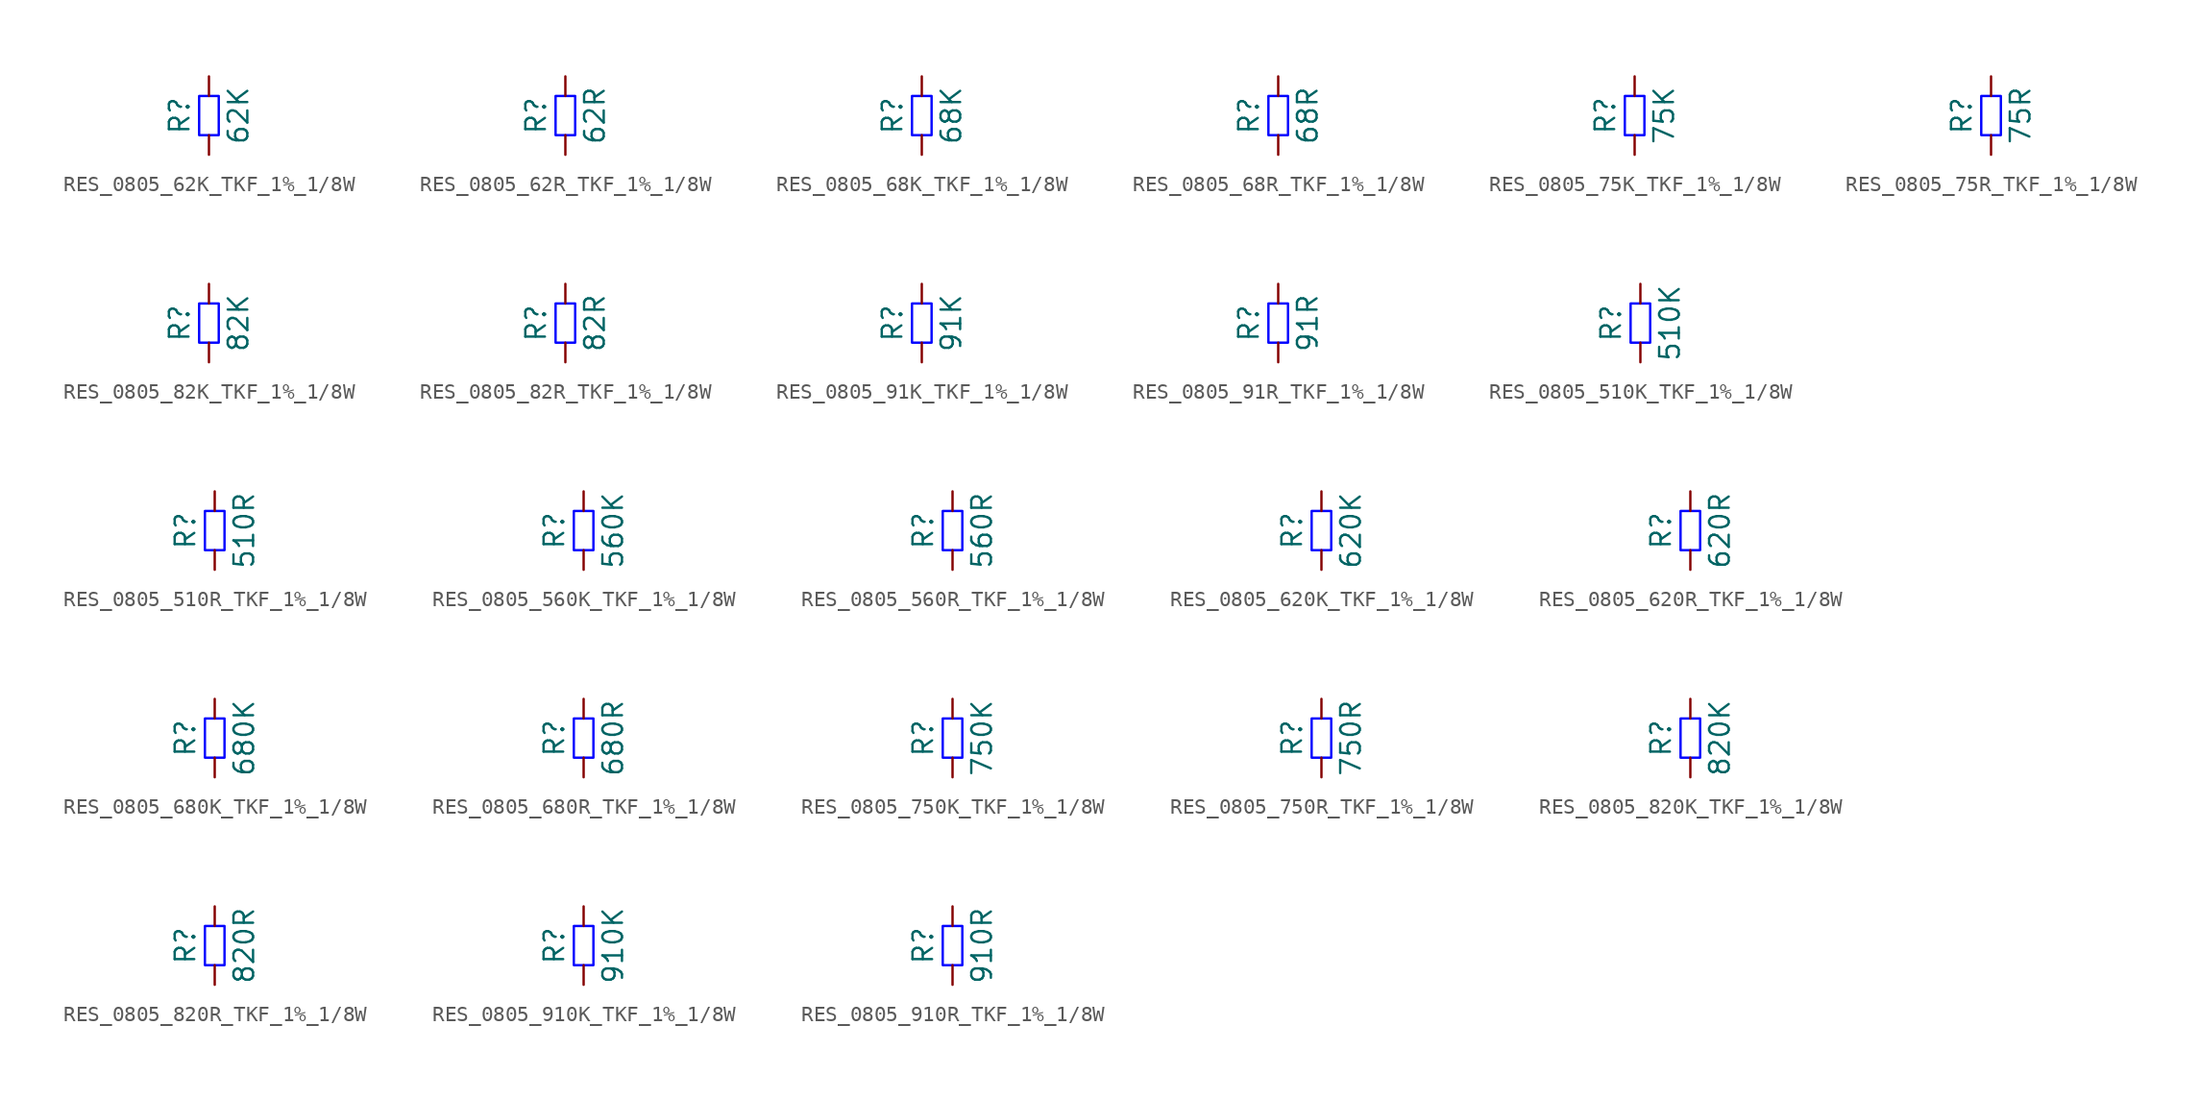
<source format=kicad_sym>
(kicad_symbol_lib
  (version 20220914)
  (generator kicad_symbol_editor)
  (symbol "RES_0805_62K_TKF_1%_1/8W"
    (pin_numbers hide)
    (pin_names
      (offset 0) hide)
    (property "Reference" "R"
      (at -1.905 0 90)
      (do_not_autoplace)
      (effects (font (size 1.27 1.27))))
    (property "Value" "62K"
      (at 1.905 0 90)
      (do_not_autoplace)
      (effects (font (size 1.27 1.27))))
    (symbol "RES_0805_62K_TKF_1%_1/8W_1_1"
      (rectangle (start -0.635 -1.27) (end 0.635 1.27) (stroke (width 0) (type solid) (color 0 0 255 1)) (fill (type none)))
      (pin passive line (at 0 -2.54 90) (length 1.27) (name "~" (effects (font (size 1.27 1.27)))) (number "1" (effects (font (size 1.27 1.27)))))
      (pin passive line (at 0 2.54 270) (length 1.27) (name "~" (effects (font (size 1.27 1.27)))) (number "2" (effects (font (size 1.27 1.27)))))))
  (symbol "RES_0805_62R_TKF_1%_1/8W"
    (pin_numbers hide)
    (pin_names
      (offset 0) hide)
    (property "Reference" "R"
      (at -1.905 0 90)
      (do_not_autoplace)
      (effects (font (size 1.27 1.27))))
    (property "Value" "62R"
      (at 1.905 0 90)
      (do_not_autoplace)
      (effects (font (size 1.27 1.27))))
    (symbol "RES_0805_62R_TKF_1%_1/8W_1_1"
      (rectangle (start -0.635 -1.27) (end 0.635 1.27) (stroke (width 0) (type solid) (color 0 0 255 1)) (fill (type none)))
      (pin passive line (at 0 -2.54 90) (length 1.27) (name "~" (effects (font (size 1.27 1.27)))) (number "1" (effects (font (size 1.27 1.27)))))
      (pin passive line (at 0 2.54 270) (length 1.27) (name "~" (effects (font (size 1.27 1.27)))) (number "2" (effects (font (size 1.27 1.27)))))))
  (symbol "RES_0805_68K_TKF_1%_1/8W"
    (pin_numbers hide)
    (pin_names
      (offset 0) hide)
    (property "Reference" "R"
      (at -1.905 0 90)
      (do_not_autoplace)
      (effects (font (size 1.27 1.27))))
    (property "Value" "68K"
      (at 1.905 0 90)
      (do_not_autoplace)
      (effects (font (size 1.27 1.27))))
    (symbol "RES_0805_68K_TKF_1%_1/8W_1_1"
      (rectangle (start -0.635 -1.27) (end 0.635 1.27) (stroke (width 0) (type solid) (color 0 0 255 1)) (fill (type none)))
      (pin passive line (at 0 -2.54 90) (length 1.27) (name "~" (effects (font (size 1.27 1.27)))) (number "1" (effects (font (size 1.27 1.27)))))
      (pin passive line (at 0 2.54 270) (length 1.27) (name "~" (effects (font (size 1.27 1.27)))) (number "2" (effects (font (size 1.27 1.27)))))))
  (symbol "RES_0805_68R_TKF_1%_1/8W"
    (pin_numbers hide)
    (pin_names
      (offset 0) hide)
    (property "Reference" "R"
      (at -1.905 0 90)
      (do_not_autoplace)
      (effects (font (size 1.27 1.27))))
    (property "Value" "68R"
      (at 1.905 0 90)
      (do_not_autoplace)
      (effects (font (size 1.27 1.27))))
    (symbol "RES_0805_68R_TKF_1%_1/8W_1_1"
      (rectangle (start -0.635 -1.27) (end 0.635 1.27) (stroke (width 0) (type solid) (color 0 0 255 1)) (fill (type none)))
      (pin passive line (at 0 -2.54 90) (length 1.27) (name "~" (effects (font (size 1.27 1.27)))) (number "1" (effects (font (size 1.27 1.27)))))
      (pin passive line (at 0 2.54 270) (length 1.27) (name "~" (effects (font (size 1.27 1.27)))) (number "2" (effects (font (size 1.27 1.27)))))))
  (symbol "RES_0805_75K_TKF_1%_1/8W"
    (pin_numbers hide)
    (pin_names
      (offset 0) hide)
    (property "Reference" "R"
      (at -1.905 0 90)
      (do_not_autoplace)
      (effects (font (size 1.27 1.27))))
    (property "Value" "75K"
      (at 1.905 0 90)
      (do_not_autoplace)
      (effects (font (size 1.27 1.27))))
    (symbol "RES_0805_75K_TKF_1%_1/8W_1_1"
      (rectangle (start -0.635 -1.27) (end 0.635 1.27) (stroke (width 0) (type solid) (color 0 0 255 1)) (fill (type none)))
      (pin passive line (at 0 -2.54 90) (length 1.27) (name "~" (effects (font (size 1.27 1.27)))) (number "1" (effects (font (size 1.27 1.27)))))
      (pin passive line (at 0 2.54 270) (length 1.27) (name "~" (effects (font (size 1.27 1.27)))) (number "2" (effects (font (size 1.27 1.27)))))))
  (symbol "RES_0805_75R_TKF_1%_1/8W"
    (pin_numbers hide)
    (pin_names
      (offset 0) hide)
    (property "Reference" "R"
      (at -1.905 0 90)
      (do_not_autoplace)
      (effects (font (size 1.27 1.27))))
    (property "Value" "75R"
      (at 1.905 0 90)
      (do_not_autoplace)
      (effects (font (size 1.27 1.27))))
    (symbol "RES_0805_75R_TKF_1%_1/8W_1_1"
      (rectangle (start -0.635 -1.27) (end 0.635 1.27) (stroke (width 0) (type solid) (color 0 0 255 1)) (fill (type none)))
      (pin passive line (at 0 -2.54 90) (length 1.27) (name "~" (effects (font (size 1.27 1.27)))) (number "1" (effects (font (size 1.27 1.27)))))
      (pin passive line (at 0 2.54 270) (length 1.27) (name "~" (effects (font (size 1.27 1.27)))) (number "2" (effects (font (size 1.27 1.27)))))))
  (symbol "RES_0805_82K_TKF_1%_1/8W"
    (pin_numbers hide)
    (pin_names
      (offset 0) hide)
    (property "Reference" "R"
      (at -1.905 0 90)
      (do_not_autoplace)
      (effects (font (size 1.27 1.27))))
    (property "Value" "82K"
      (at 1.905 0 90)
      (do_not_autoplace)
      (effects (font (size 1.27 1.27))))
    (symbol "RES_0805_82K_TKF_1%_1/8W_1_1"
      (rectangle (start -0.635 -1.27) (end 0.635 1.27) (stroke (width 0) (type solid) (color 0 0 255 1)) (fill (type none)))
      (pin passive line (at 0 -2.54 90) (length 1.27) (name "~" (effects (font (size 1.27 1.27)))) (number "1" (effects (font (size 1.27 1.27)))))
      (pin passive line (at 0 2.54 270) (length 1.27) (name "~" (effects (font (size 1.27 1.27)))) (number "2" (effects (font (size 1.27 1.27)))))))
  (symbol "RES_0805_82R_TKF_1%_1/8W"
    (pin_numbers hide)
    (pin_names
      (offset 0) hide)
    (property "Reference" "R"
      (at -1.905 0 90)
      (do_not_autoplace)
      (effects (font (size 1.27 1.27))))
    (property "Value" "82R"
      (at 1.905 0 90)
      (do_not_autoplace)
      (effects (font (size 1.27 1.27))))
    (symbol "RES_0805_82R_TKF_1%_1/8W_1_1"
      (rectangle (start -0.635 -1.27) (end 0.635 1.27) (stroke (width 0) (type solid) (color 0 0 255 1)) (fill (type none)))
      (pin passive line (at 0 -2.54 90) (length 1.27) (name "~" (effects (font (size 1.27 1.27)))) (number "1" (effects (font (size 1.27 1.27)))))
      (pin passive line (at 0 2.54 270) (length 1.27) (name "~" (effects (font (size 1.27 1.27)))) (number "2" (effects (font (size 1.27 1.27)))))))
  (symbol "RES_0805_91K_TKF_1%_1/8W"
    (pin_numbers hide)
    (pin_names
      (offset 0) hide)
    (property "Reference" "R"
      (at -1.905 0 90)
      (do_not_autoplace)
      (effects (font (size 1.27 1.27))))
    (property "Value" "91K"
      (at 1.905 0 90)
      (do_not_autoplace)
      (effects (font (size 1.27 1.27))))
    (symbol "RES_0805_91K_TKF_1%_1/8W_1_1"
      (rectangle (start -0.635 -1.27) (end 0.635 1.27) (stroke (width 0) (type solid) (color 0 0 255 1)) (fill (type none)))
      (pin passive line (at 0 -2.54 90) (length 1.27) (name "~" (effects (font (size 1.27 1.27)))) (number "1" (effects (font (size 1.27 1.27)))))
      (pin passive line (at 0 2.54 270) (length 1.27) (name "~" (effects (font (size 1.27 1.27)))) (number "2" (effects (font (size 1.27 1.27)))))))
  (symbol "RES_0805_91R_TKF_1%_1/8W"
    (pin_numbers hide)
    (pin_names
      (offset 0) hide)
    (property "Reference" "R"
      (at -1.905 0 90)
      (do_not_autoplace)
      (effects (font (size 1.27 1.27))))
    (property "Value" "91R"
      (at 1.905 0 90)
      (do_not_autoplace)
      (effects (font (size 1.27 1.27))))
    (symbol "RES_0805_91R_TKF_1%_1/8W_1_1"
      (rectangle (start -0.635 -1.27) (end 0.635 1.27) (stroke (width 0) (type solid) (color 0 0 255 1)) (fill (type none)))
      (pin passive line (at 0 -2.54 90) (length 1.27) (name "~" (effects (font (size 1.27 1.27)))) (number "1" (effects (font (size 1.27 1.27)))))
      (pin passive line (at 0 2.54 270) (length 1.27) (name "~" (effects (font (size 1.27 1.27)))) (number "2" (effects (font (size 1.27 1.27)))))))
  (symbol "RES_0805_510K_TKF_1%_1/8W"
    (pin_numbers hide)
    (pin_names
      (offset 0) hide)
    (property "Reference" "R"
      (at -1.905 0 90)
      (do_not_autoplace)
      (effects (font (size 1.27 1.27))))
    (property "Value" "510K"
      (at 1.905 0 90)
      (do_not_autoplace)
      (effects (font (size 1.27 1.27))))
    (symbol "RES_0805_510K_TKF_1%_1/8W_1_1"
      (rectangle (start -0.635 -1.27) (end 0.635 1.27) (stroke (width 0) (type solid) (color 0 0 255 1)) (fill (type none)))
      (pin passive line (at 0 -2.54 90) (length 1.27) (name "~" (effects (font (size 1.27 1.27)))) (number "1" (effects (font (size 1.27 1.27)))))
      (pin passive line (at 0 2.54 270) (length 1.27) (name "~" (effects (font (size 1.27 1.27)))) (number "2" (effects (font (size 1.27 1.27)))))))
  (symbol "RES_0805_510R_TKF_1%_1/8W"
    (pin_numbers hide)
    (pin_names
      (offset 0) hide)
    (property "Reference" "R"
      (at -1.905 0 90)
      (do_not_autoplace)
      (effects (font (size 1.27 1.27))))
    (property "Value" "510R"
      (at 1.905 0 90)
      (do_not_autoplace)
      (effects (font (size 1.27 1.27))))
    (symbol "RES_0805_510R_TKF_1%_1/8W_1_1"
      (rectangle (start -0.635 -1.27) (end 0.635 1.27) (stroke (width 0) (type solid) (color 0 0 255 1)) (fill (type none)))
      (pin passive line (at 0 -2.54 90) (length 1.27) (name "~" (effects (font (size 1.27 1.27)))) (number "1" (effects (font (size 1.27 1.27)))))
      (pin passive line (at 0 2.54 270) (length 1.27) (name "~" (effects (font (size 1.27 1.27)))) (number "2" (effects (font (size 1.27 1.27)))))))
  (symbol "RES_0805_560K_TKF_1%_1/8W"
    (pin_numbers hide)
    (pin_names
      (offset 0) hide)
    (property "Reference" "R"
      (at -1.905 0 90)
      (do_not_autoplace)
      (effects (font (size 1.27 1.27))))
    (property "Value" "560K"
      (at 1.905 0 90)
      (do_not_autoplace)
      (effects (font (size 1.27 1.27))))
    (symbol "RES_0805_560K_TKF_1%_1/8W_1_1"
      (rectangle (start -0.635 -1.27) (end 0.635 1.27) (stroke (width 0) (type solid) (color 0 0 255 1)) (fill (type none)))
      (pin passive line (at 0 -2.54 90) (length 1.27) (name "~" (effects (font (size 1.27 1.27)))) (number "1" (effects (font (size 1.27 1.27)))))
      (pin passive line (at 0 2.54 270) (length 1.27) (name "~" (effects (font (size 1.27 1.27)))) (number "2" (effects (font (size 1.27 1.27)))))))
  (symbol "RES_0805_560R_TKF_1%_1/8W"
    (pin_numbers hide)
    (pin_names
      (offset 0) hide)
    (property "Reference" "R"
      (at -1.905 0 90)
      (do_not_autoplace)
      (effects (font (size 1.27 1.27))))
    (property "Value" "560R"
      (at 1.905 0 90)
      (do_not_autoplace)
      (effects (font (size 1.27 1.27))))
    (symbol "RES_0805_560R_TKF_1%_1/8W_1_1"
      (rectangle (start -0.635 -1.27) (end 0.635 1.27) (stroke (width 0) (type solid) (color 0 0 255 1)) (fill (type none)))
      (pin passive line (at 0 -2.54 90) (length 1.27) (name "~" (effects (font (size 1.27 1.27)))) (number "1" (effects (font (size 1.27 1.27)))))
      (pin passive line (at 0 2.54 270) (length 1.27) (name "~" (effects (font (size 1.27 1.27)))) (number "2" (effects (font (size 1.27 1.27)))))))
  (symbol "RES_0805_620K_TKF_1%_1/8W"
    (pin_numbers hide)
    (pin_names
      (offset 0) hide)
    (property "Reference" "R"
      (at -1.905 0 90)
      (do_not_autoplace)
      (effects (font (size 1.27 1.27))))
    (property "Value" "620K"
      (at 1.905 0 90)
      (do_not_autoplace)
      (effects (font (size 1.27 1.27))))
    (symbol "RES_0805_620K_TKF_1%_1/8W_1_1"
      (rectangle (start -0.635 -1.27) (end 0.635 1.27) (stroke (width 0) (type solid) (color 0 0 255 1)) (fill (type none)))
      (pin passive line (at 0 -2.54 90) (length 1.27) (name "~" (effects (font (size 1.27 1.27)))) (number "1" (effects (font (size 1.27 1.27)))))
      (pin passive line (at 0 2.54 270) (length 1.27) (name "~" (effects (font (size 1.27 1.27)))) (number "2" (effects (font (size 1.27 1.27)))))))
  (symbol "RES_0805_620R_TKF_1%_1/8W"
    (pin_numbers hide)
    (pin_names
      (offset 0) hide)
    (property "Reference" "R"
      (at -1.905 0 90)
      (do_not_autoplace)
      (effects (font (size 1.27 1.27))))
    (property "Value" "620R"
      (at 1.905 0 90)
      (do_not_autoplace)
      (effects (font (size 1.27 1.27))))
    (symbol "RES_0805_620R_TKF_1%_1/8W_1_1"
      (rectangle (start -0.635 -1.27) (end 0.635 1.27) (stroke (width 0) (type solid) (color 0 0 255 1)) (fill (type none)))
      (pin passive line (at 0 -2.54 90) (length 1.27) (name "~" (effects (font (size 1.27 1.27)))) (number "1" (effects (font (size 1.27 1.27)))))
      (pin passive line (at 0 2.54 270) (length 1.27) (name "~" (effects (font (size 1.27 1.27)))) (number "2" (effects (font (size 1.27 1.27)))))))
  (symbol "RES_0805_680K_TKF_1%_1/8W"
    (pin_numbers hide)
    (pin_names
      (offset 0) hide)
    (property "Reference" "R"
      (at -1.905 0 90)
      (do_not_autoplace)
      (effects (font (size 1.27 1.27))))
    (property "Value" "680K"
      (at 1.905 0 90)
      (do_not_autoplace)
      (effects (font (size 1.27 1.27))))
    (symbol "RES_0805_680K_TKF_1%_1/8W_1_1"
      (rectangle (start -0.635 -1.27) (end 0.635 1.27) (stroke (width 0) (type solid) (color 0 0 255 1)) (fill (type none)))
      (pin passive line (at 0 -2.54 90) (length 1.27) (name "~" (effects (font (size 1.27 1.27)))) (number "1" (effects (font (size 1.27 1.27)))))
      (pin passive line (at 0 2.54 270) (length 1.27) (name "~" (effects (font (size 1.27 1.27)))) (number "2" (effects (font (size 1.27 1.27)))))))
  (symbol "RES_0805_680R_TKF_1%_1/8W"
    (pin_numbers hide)
    (pin_names
      (offset 0) hide)
    (property "Reference" "R"
      (at -1.905 0 90)
      (do_not_autoplace)
      (effects (font (size 1.27 1.27))))
    (property "Value" "680R"
      (at 1.905 0 90)
      (do_not_autoplace)
      (effects (font (size 1.27 1.27))))
    (symbol "RES_0805_680R_TKF_1%_1/8W_1_1"
      (rectangle (start -0.635 -1.27) (end 0.635 1.27) (stroke (width 0) (type solid) (color 0 0 255 1)) (fill (type none)))
      (pin passive line (at 0 -2.54 90) (length 1.27) (name "~" (effects (font (size 1.27 1.27)))) (number "1" (effects (font (size 1.27 1.27)))))
      (pin passive line (at 0 2.54 270) (length 1.27) (name "~" (effects (font (size 1.27 1.27)))) (number "2" (effects (font (size 1.27 1.27)))))))
  (symbol "RES_0805_750K_TKF_1%_1/8W"
    (pin_numbers hide)
    (pin_names
      (offset 0) hide)
    (property "Reference" "R"
      (at -1.905 0 90)
      (do_not_autoplace)
      (effects (font (size 1.27 1.27))))
    (property "Value" "750K"
      (at 1.905 0 90)
      (do_not_autoplace)
      (effects (font (size 1.27 1.27))))
    (symbol "RES_0805_750K_TKF_1%_1/8W_1_1"
      (rectangle (start -0.635 -1.27) (end 0.635 1.27) (stroke (width 0) (type solid) (color 0 0 255 1)) (fill (type none)))
      (pin passive line (at 0 -2.54 90) (length 1.27) (name "~" (effects (font (size 1.27 1.27)))) (number "1" (effects (font (size 1.27 1.27)))))
      (pin passive line (at 0 2.54 270) (length 1.27) (name "~" (effects (font (size 1.27 1.27)))) (number "2" (effects (font (size 1.27 1.27)))))))
  (symbol "RES_0805_750R_TKF_1%_1/8W"
    (pin_numbers hide)
    (pin_names
      (offset 0) hide)
    (property "Reference" "R"
      (at -1.905 0 90)
      (do_not_autoplace)
      (effects (font (size 1.27 1.27))))
    (property "Value" "750R"
      (at 1.905 0 90)
      (do_not_autoplace)
      (effects (font (size 1.27 1.27))))
    (symbol "RES_0805_750R_TKF_1%_1/8W_1_1"
      (rectangle (start -0.635 -1.27) (end 0.635 1.27) (stroke (width 0) (type solid) (color 0 0 255 1)) (fill (type none)))
      (pin passive line (at 0 -2.54 90) (length 1.27) (name "~" (effects (font (size 1.27 1.27)))) (number "1" (effects (font (size 1.27 1.27)))))
      (pin passive line (at 0 2.54 270) (length 1.27) (name "~" (effects (font (size 1.27 1.27)))) (number "2" (effects (font (size 1.27 1.27)))))))
  (symbol "RES_0805_820K_TKF_1%_1/8W"
    (pin_numbers hide)
    (pin_names
      (offset 0) hide)
    (property "Reference" "R"
      (at -1.905 0 90)
      (do_not_autoplace)
      (effects (font (size 1.27 1.27))))
    (property "Value" "820K"
      (at 1.905 0 90)
      (do_not_autoplace)
      (effects (font (size 1.27 1.27))))
    (symbol "RES_0805_820K_TKF_1%_1/8W_1_1"
      (rectangle (start -0.635 -1.27) (end 0.635 1.27) (stroke (width 0) (type solid) (color 0 0 255 1)) (fill (type none)))
      (pin passive line (at 0 -2.54 90) (length 1.27) (name "~" (effects (font (size 1.27 1.27)))) (number "1" (effects (font (size 1.27 1.27)))))
      (pin passive line (at 0 2.54 270) (length 1.27) (name "~" (effects (font (size 1.27 1.27)))) (number "2" (effects (font (size 1.27 1.27)))))))
  (symbol "RES_0805_820R_TKF_1%_1/8W"
    (pin_numbers hide)
    (pin_names
      (offset 0) hide)
    (property "Reference" "R"
      (at -1.905 0 90)
      (do_not_autoplace)
      (effects (font (size 1.27 1.27))))
    (property "Value" "820R"
      (at 1.905 0 90)
      (do_not_autoplace)
      (effects (font (size 1.27 1.27))))
    (symbol "RES_0805_820R_TKF_1%_1/8W_1_1"
      (rectangle (start -0.635 -1.27) (end 0.635 1.27) (stroke (width 0) (type solid) (color 0 0 255 1)) (fill (type none)))
      (pin passive line (at 0 -2.54 90) (length 1.27) (name "~" (effects (font (size 1.27 1.27)))) (number "1" (effects (font (size 1.27 1.27)))))
      (pin passive line (at 0 2.54 270) (length 1.27) (name "~" (effects (font (size 1.27 1.27)))) (number "2" (effects (font (size 1.27 1.27)))))))
  (symbol "RES_0805_910K_TKF_1%_1/8W"
    (pin_numbers hide)
    (pin_names
      (offset 0) hide)
    (property "Reference" "R"
      (at -1.905 0 90)
      (do_not_autoplace)
      (effects (font (size 1.27 1.27))))
    (property "Value" "910K"
      (at 1.905 0 90)
      (do_not_autoplace)
      (effects (font (size 1.27 1.27))))
    (symbol "RES_0805_910K_TKF_1%_1/8W_1_1"
      (rectangle (start -0.635 -1.27) (end 0.635 1.27) (stroke (width 0) (type solid) (color 0 0 255 1)) (fill (type none)))
      (pin passive line (at 0 -2.54 90) (length 1.27) (name "~" (effects (font (size 1.27 1.27)))) (number "1" (effects (font (size 1.27 1.27)))))
      (pin passive line (at 0 2.54 270) (length 1.27) (name "~" (effects (font (size 1.27 1.27)))) (number "2" (effects (font (size 1.27 1.27)))))))
  (symbol "RES_0805_910R_TKF_1%_1/8W"
    (pin_numbers hide)
    (pin_names
      (offset 0) hide)
    (property "Reference" "R"
      (at -1.905 0 90)
      (do_not_autoplace)
      (effects (font (size 1.27 1.27))))
    (property "Value" "910R"
      (at 1.905 0 90)
      (do_not_autoplace)
      (effects (font (size 1.27 1.27))))
    (symbol "RES_0805_910R_TKF_1%_1/8W_1_1"
      (rectangle (start -0.635 -1.27) (end 0.635 1.27) (stroke (width 0) (type solid) (color 0 0 255 1)) (fill (type none)))
      (pin passive line (at 0 -2.54 90) (length 1.27) (name "~" (effects (font (size 1.27 1.27)))) (number "1" (effects (font (size 1.27 1.27)))))
      (pin passive line (at 0 2.54 270) (length 1.27) (name "~" (effects (font (size 1.27 1.27)))) (number "2" (effects (font (size 1.27 1.27))))))))
</source>
